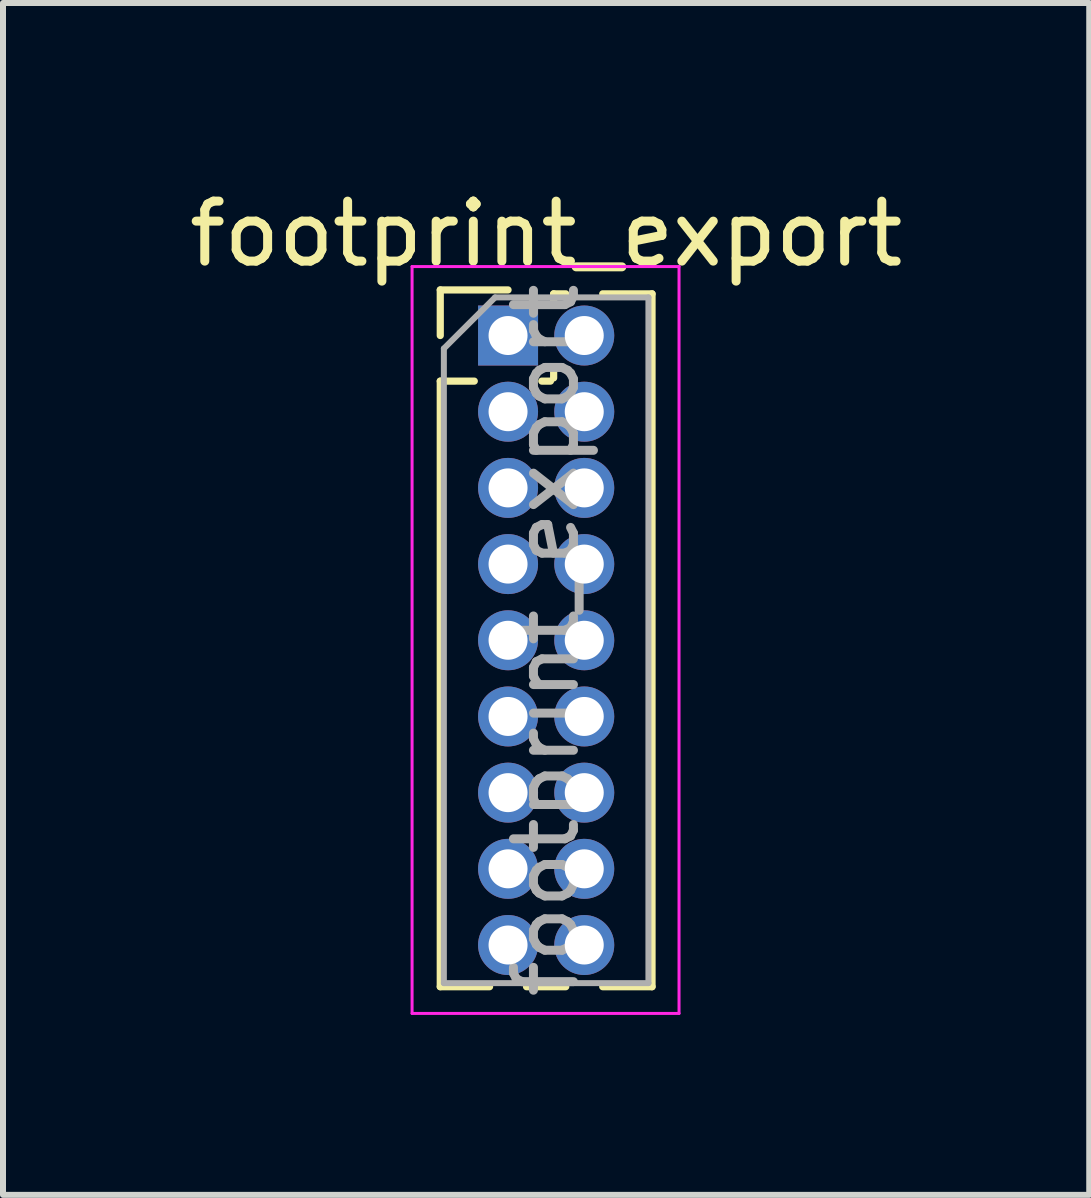
<source format=kicad_pcb>
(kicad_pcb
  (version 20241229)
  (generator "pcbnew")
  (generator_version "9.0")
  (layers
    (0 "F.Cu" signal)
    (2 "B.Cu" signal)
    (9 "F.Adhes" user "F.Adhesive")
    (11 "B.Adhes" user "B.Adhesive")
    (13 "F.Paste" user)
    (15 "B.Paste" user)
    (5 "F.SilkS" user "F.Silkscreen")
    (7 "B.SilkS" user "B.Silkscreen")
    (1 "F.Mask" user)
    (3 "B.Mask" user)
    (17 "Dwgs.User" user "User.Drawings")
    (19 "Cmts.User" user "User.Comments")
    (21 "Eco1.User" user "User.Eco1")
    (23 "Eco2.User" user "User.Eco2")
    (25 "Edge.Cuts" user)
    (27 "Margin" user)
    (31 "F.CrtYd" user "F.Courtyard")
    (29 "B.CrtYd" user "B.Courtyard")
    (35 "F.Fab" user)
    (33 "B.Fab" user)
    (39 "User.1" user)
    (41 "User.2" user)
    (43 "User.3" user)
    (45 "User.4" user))
  (footprint "footprint_export"
    (layer "F.Cu")
    (at 5.419 2.543)
    (property "Reference" "footprint_export" (at 0.635 -1.695 0) (layer "F.SilkS") (effects (font (size 1 1) (thickness 0.15))))
    (attr through_hole)
    (fp_line (start -1.13 -0.76) (end 0 -0.76) (stroke (width 0.12) (type solid)) (layer "F.SilkS"))
    (fp_line (start -1.13 0) (end -1.13 -0.76) (stroke (width 0.12) (type solid)) (layer "F.SilkS"))
    (fp_line (start -1.13 0.76) (end -1.13 10.855) (stroke (width 0.12) (type solid)) (layer "F.SilkS"))
    (fp_line (start -1.13 0.76) (end -0.563 0.76) (stroke (width 0.12) (type solid)) (layer "F.SilkS"))
    (fp_line (start -1.13 10.855) (end -0.308 10.855) (stroke (width 0.12) (type solid)) (layer "F.SilkS"))
    (fp_line (start 0.308 10.855) (end 0.962 10.855) (stroke (width 0.12) (type solid)) (layer "F.SilkS"))
    (fp_line (start 0.563 0.76) (end 0.707 0.76) (stroke (width 0.12) (type solid)) (layer "F.SilkS"))
    (fp_line (start 0.76 -0.695) (end 0.962 -0.695) (stroke (width 0.12) (type solid)) (layer "F.SilkS"))
    (fp_line (start 0.76 -0.563) (end 0.76 -0.695) (stroke (width 0.12) (type solid)) (layer "F.SilkS"))
    (fp_line (start 0.76 0.707) (end 0.76 0.563) (stroke (width 0.12) (type solid)) (layer "F.SilkS"))
    (fp_line (start 1.578 -0.695) (end 2.4 -0.695) (stroke (width 0.12) (type solid)) (layer "F.SilkS"))
    (fp_line (start 1.578 10.855) (end 2.4 10.855) (stroke (width 0.12) (type solid)) (layer "F.SilkS"))
    (fp_line (start 2.4 -0.695) (end 2.4 10.855) (stroke (width 0.12) (type solid)) (layer "F.SilkS"))
    (fp_line (start -1.6 -1.15) (end -1.6 11.3) (stroke (width 0.05) (type solid)) (layer "F.CrtYd"))
    (fp_line (start -1.6 11.3) (end 2.85 11.3) (stroke (width 0.05) (type solid)) (layer "F.CrtYd"))
    (fp_line (start 2.85 -1.15) (end -1.6 -1.15) (stroke (width 0.05) (type solid)) (layer "F.CrtYd"))
    (fp_line (start 2.85 11.3) (end 2.85 -1.15) (stroke (width 0.05) (type solid)) (layer "F.CrtYd"))
    (fp_line (start -1.07 0.217) (end -0.217 -0.635) (stroke (width 0.1) (type solid)) (layer "F.Fab"))
    (fp_line (start -1.07 10.795) (end -1.07 0.217) (stroke (width 0.1) (type solid)) (layer "F.Fab"))
    (fp_line (start -0.217 -0.635) (end 2.34 -0.635) (stroke (width 0.1) (type solid)) (layer "F.Fab"))
    (fp_line (start 2.34 -0.635) (end 2.34 10.795) (stroke (width 0.1) (type solid)) (layer "F.Fab"))
    (fp_line (start 2.34 10.795) (end -1.07 10.795) (stroke (width 0.1) (type solid)) (layer "F.Fab"))
    (fp_text user "${REFERENCE}" (at 0.635 5.08 90) (layer "F.Fab") (effects (font (size 1 1) (thickness 0.15))))
    (pad "1" thru_hole rect (at 0 0) (size 1 1) (drill 0.65) (layers "*.Cu" "*.Mask"))
    (pad "2" thru_hole oval (at 1.27 0) (size 1 1) (drill 0.65) (layers "*.Cu" "*.Mask"))
    (pad "3" thru_hole oval (at 0 1.27) (size 1 1) (drill 0.65) (layers "*.Cu" "*.Mask"))
    (pad "4" thru_hole oval (at 1.27 1.27) (size 1 1) (drill 0.65) (layers "*.Cu" "*.Mask"))
    (pad "5" thru_hole oval (at 0 2.54) (size 1 1) (drill 0.65) (layers "*.Cu" "*.Mask"))
    (pad "6" thru_hole oval (at 1.27 2.54) (size 1 1) (drill 0.65) (layers "*.Cu" "*.Mask"))
    (pad "7" thru_hole oval (at 0 3.81) (size 1 1) (drill 0.65) (layers "*.Cu" "*.Mask"))
    (pad "8" thru_hole oval (at 1.27 3.81) (size 1 1) (drill 0.65) (layers "*.Cu" "*.Mask"))
    (pad "9" thru_hole oval (at 0 5.08) (size 1 1) (drill 0.65) (layers "*.Cu" "*.Mask"))
    (pad "10" thru_hole oval (at 1.27 5.08) (size 1 1) (drill 0.65) (layers "*.Cu" "*.Mask"))
    (pad "11" thru_hole oval (at 0 6.35) (size 1 1) (drill 0.65) (layers "*.Cu" "*.Mask"))
    (pad "12" thru_hole oval (at 1.27 6.35) (size 1 1) (drill 0.65) (layers "*.Cu" "*.Mask"))
    (pad "13" thru_hole oval (at 0 7.62) (size 1 1) (drill 0.65) (layers "*.Cu" "*.Mask"))
    (pad "14" thru_hole oval (at 1.27 7.62) (size 1 1) (drill 0.65) (layers "*.Cu" "*.Mask"))
    (pad "15" thru_hole oval (at 0 8.89) (size 1 1) (drill 0.65) (layers "*.Cu" "*.Mask"))
    (pad "16" thru_hole oval (at 1.27 8.89) (size 1 1) (drill 0.65) (layers "*.Cu" "*.Mask"))
    (pad "17" thru_hole oval (at 0 10.16) (size 1 1) (drill 0.65) (layers "*.Cu" "*.Mask"))
    (pad "18" thru_hole oval (at 1.27 10.16) (size 1 1) (drill 0.65) (layers "*.Cu" "*.Mask")))
  (gr_rect
    (start -3 -3)
    (end 15.107 16.868)
    (stroke (width 0.1) (type default))
    (fill no)
    (layer "Edge.Cuts")))
</source>
